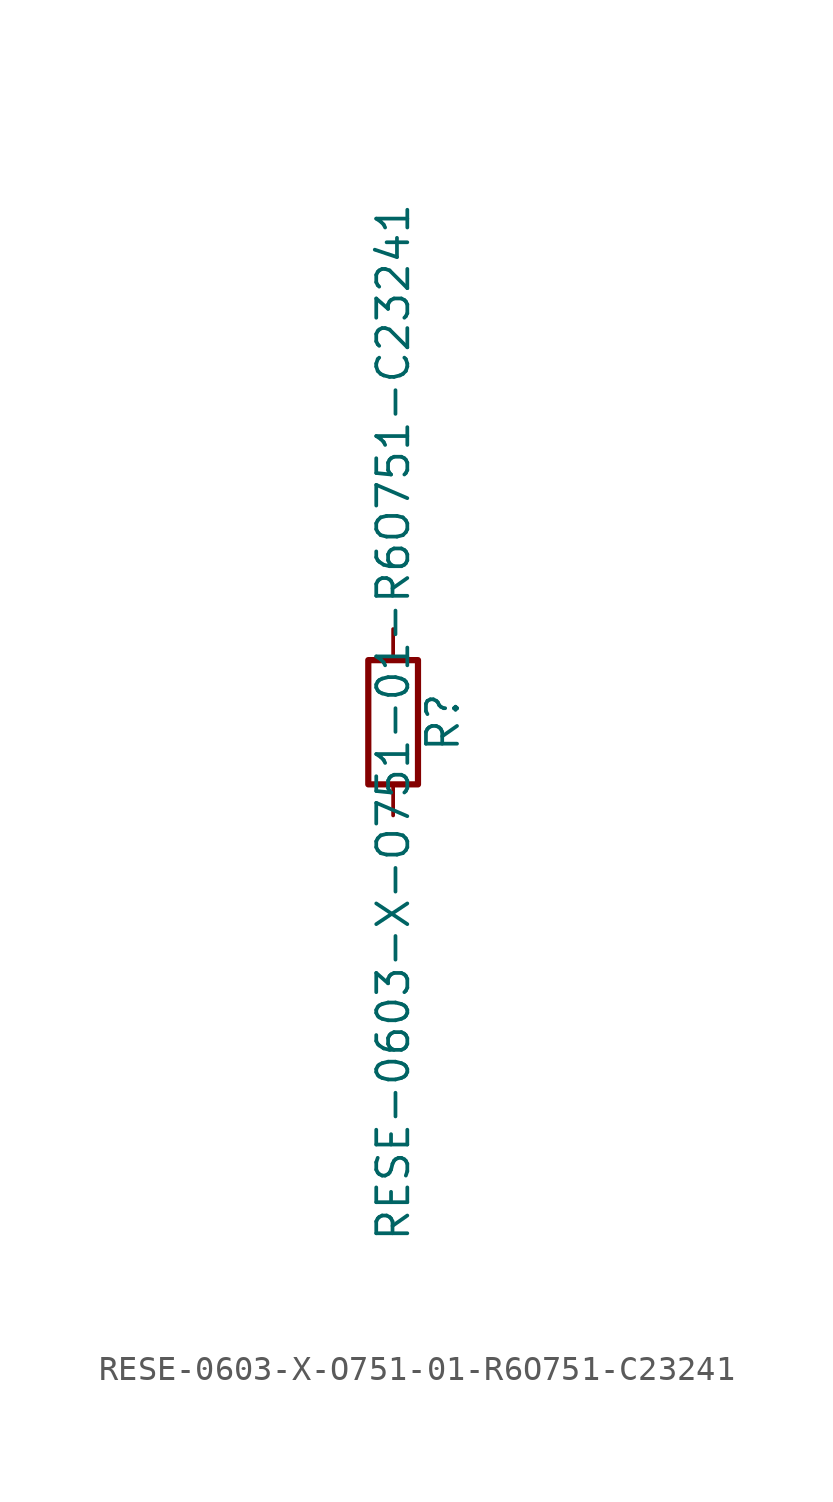
<source format=kicad_sym>
(kicad_symbol_lib
  (version 20211014)
  (generator kicad_symbol_editor)
  (symbol "RESE-0603-X-O751-01-R6O751-C23241"
    (pin_numbers hide)
    (pin_names
      (offset 0))
    (property "Reference" "R"
      (at 2.032 0 90)
      (effects (font (size 1.27 1.27))))
    (property "Value" "RESE-0603-X-O751-01-R6O751-C23241"
      (at 0 0 90)
      (effects (font (size 1.27 1.27))))
    (symbol "RESE-0603-X-O751-01-R6O751-C23241_0_1"
      (rectangle (start -1.016 -2.54) (end 1.016 2.54) (stroke (width 0.254) (type default) (color 0 0 0 0)) (fill (type none))))
    (symbol "RESE-0603-X-O751-01-R6O751-C23241_1_1"
      (pin passive line (at 0 3.81 270) (length 1.27) (name "~" (effects (font (size 1.27 1.27)))) (number "1" (effects (font (size 1.27 1.27)))))
      (pin passive line (at 0 -3.81 90) (length 1.27) (name "~" (effects (font (size 1.27 1.27)))) (number "2" (effects (font (size 1.27 1.27))))))))
</source>
